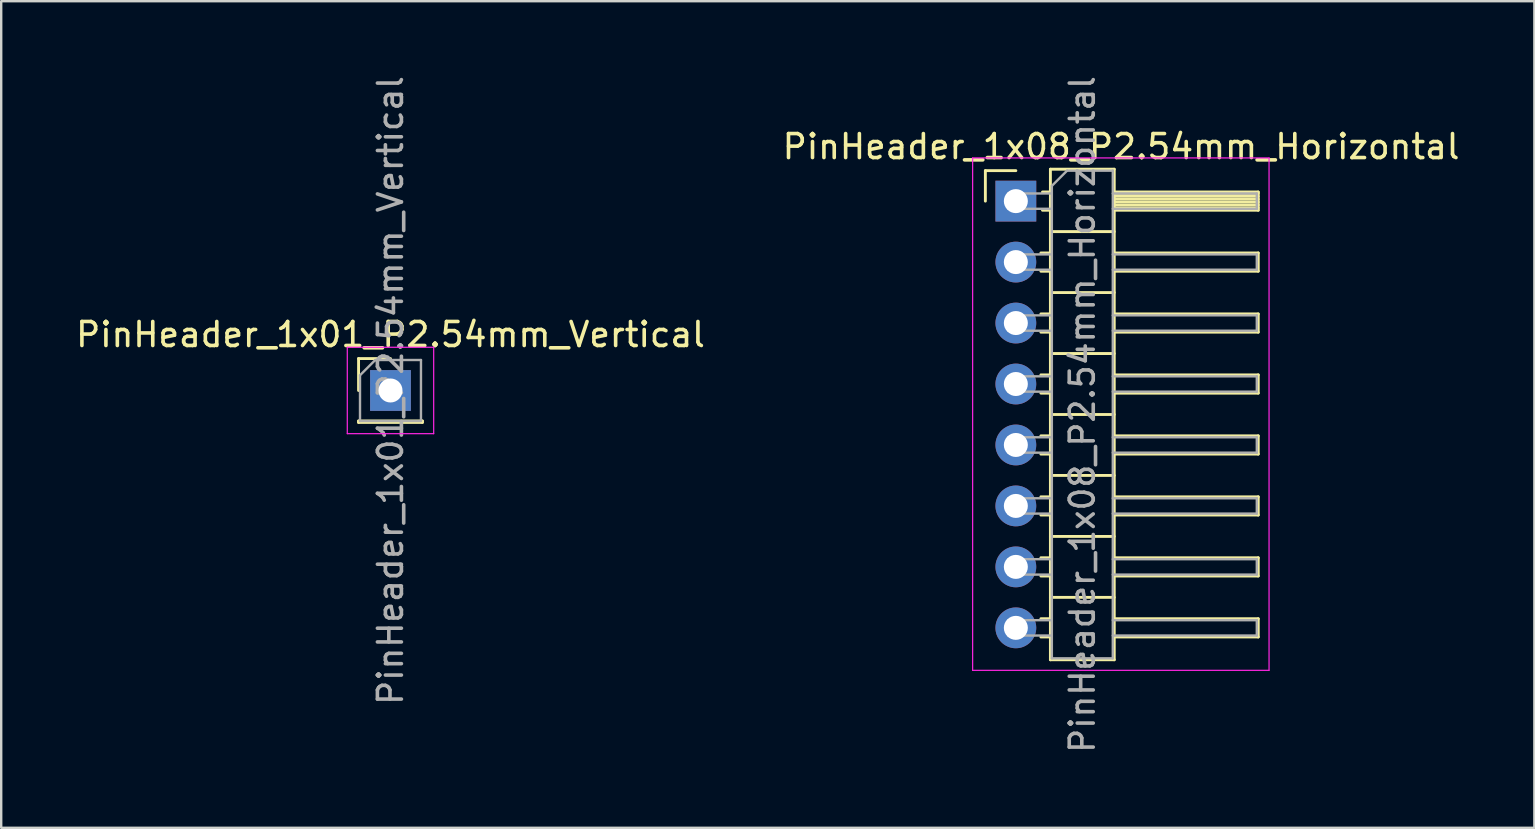
<source format=kicad_pcb>
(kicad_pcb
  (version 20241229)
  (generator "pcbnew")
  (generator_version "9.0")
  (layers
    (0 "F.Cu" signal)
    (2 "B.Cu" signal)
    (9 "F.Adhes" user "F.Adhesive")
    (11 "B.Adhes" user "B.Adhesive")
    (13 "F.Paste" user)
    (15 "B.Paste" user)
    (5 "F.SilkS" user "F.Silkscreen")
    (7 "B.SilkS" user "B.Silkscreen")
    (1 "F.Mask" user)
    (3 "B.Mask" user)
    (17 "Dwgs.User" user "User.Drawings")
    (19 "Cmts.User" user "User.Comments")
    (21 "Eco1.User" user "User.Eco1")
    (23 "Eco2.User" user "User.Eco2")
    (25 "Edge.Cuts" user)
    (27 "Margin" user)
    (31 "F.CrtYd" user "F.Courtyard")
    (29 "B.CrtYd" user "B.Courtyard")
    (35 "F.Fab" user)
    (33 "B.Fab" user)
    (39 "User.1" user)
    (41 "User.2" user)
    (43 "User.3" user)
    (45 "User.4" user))
  (footprint "PinHeader_1x01_P2.54mm_Vertical"
    (layer "F.Cu")
    (at 13.22 13.22)
    (property "Reference" "PinHeader_1x01_P2.54mm_Vertical" (at 0 -2.33 0) (layer "F.SilkS") (effects (font (size 1 1) (thickness 0.15))))
    (attr through_hole)
    (fp_line (start -1.33 -1.33) (end 0 -1.33) (stroke (width 0.12) (type solid)) (layer "F.SilkS"))
    (fp_line (start -1.33 0) (end -1.33 -1.33) (stroke (width 0.12) (type solid)) (layer "F.SilkS"))
    (fp_line (start -1.33 1.27) (end -1.33 1.33) (stroke (width 0.12) (type solid)) (layer "F.SilkS"))
    (fp_line (start -1.33 1.27) (end 1.33 1.27) (stroke (width 0.12) (type solid)) (layer "F.SilkS"))
    (fp_line (start -1.33 1.33) (end 1.33 1.33) (stroke (width 0.12) (type solid)) (layer "F.SilkS"))
    (fp_line (start 1.33 1.27) (end 1.33 1.33) (stroke (width 0.12) (type solid)) (layer "F.SilkS"))
    (fp_line (start -1.8 -1.8) (end -1.8 1.8) (stroke (width 0.05) (type solid)) (layer "F.CrtYd"))
    (fp_line (start -1.8 1.8) (end 1.8 1.8) (stroke (width 0.05) (type solid)) (layer "F.CrtYd"))
    (fp_line (start 1.8 -1.8) (end -1.8 -1.8) (stroke (width 0.05) (type solid)) (layer "F.CrtYd"))
    (fp_line (start 1.8 1.8) (end 1.8 -1.8) (stroke (width 0.05) (type solid)) (layer "F.CrtYd"))
    (fp_line (start -1.27 -0.635) (end -0.635 -1.27) (stroke (width 0.1) (type solid)) (layer "F.Fab"))
    (fp_line (start -1.27 1.27) (end -1.27 -0.635) (stroke (width 0.1) (type solid)) (layer "F.Fab"))
    (fp_line (start -0.635 -1.27) (end 1.27 -1.27) (stroke (width 0.1) (type solid)) (layer "F.Fab"))
    (fp_line (start 1.27 -1.27) (end 1.27 1.27) (stroke (width 0.1) (type solid)) (layer "F.Fab"))
    (fp_line (start 1.27 1.27) (end -1.27 1.27) (stroke (width 0.1) (type solid)) (layer "F.Fab"))
    (fp_text user "${REFERENCE}" (at 0 0 90) (layer "F.Fab") (effects (font (size 1 1) (thickness 0.15))))
    (pad "1" thru_hole rect (at 0 0) (size 1.7 1.7) (drill 1) (layers "*.Cu" "*.Mask")))
  (footprint "PinHeader_1x08_P2.54mm_Horizontal"
    (layer "F.Cu")
    (at 39.276 5.33)
    (property "Reference" "PinHeader_1x08_P2.54mm_Horizontal" (at 4.385 -2.27 0) (layer "F.SilkS") (effects (font (size 1 1) (thickness 0.15))))
    (attr through_hole)
    (fp_line (start -1.27 -1.27) (end 0 -1.27) (stroke (width 0.12) (type solid)) (layer "F.SilkS"))
    (fp_line (start -1.27 0) (end -1.27 -1.27) (stroke (width 0.12) (type solid)) (layer "F.SilkS"))
    (fp_line (start 1.043 2.16) (end 1.44 2.16) (stroke (width 0.12) (type solid)) (layer "F.SilkS"))
    (fp_line (start 1.043 2.92) (end 1.44 2.92) (stroke (width 0.12) (type solid)) (layer "F.SilkS"))
    (fp_line (start 1.043 4.7) (end 1.44 4.7) (stroke (width 0.12) (type solid)) (layer "F.SilkS"))
    (fp_line (start 1.043 5.46) (end 1.44 5.46) (stroke (width 0.12) (type solid)) (layer "F.SilkS"))
    (fp_line (start 1.043 7.24) (end 1.44 7.24) (stroke (width 0.12) (type solid)) (layer "F.SilkS"))
    (fp_line (start 1.043 8) (end 1.44 8) (stroke (width 0.12) (type solid)) (layer "F.SilkS"))
    (fp_line (start 1.043 9.78) (end 1.44 9.78) (stroke (width 0.12) (type solid)) (layer "F.SilkS"))
    (fp_line (start 1.043 10.54) (end 1.44 10.54) (stroke (width 0.12) (type solid)) (layer "F.SilkS"))
    (fp_line (start 1.043 12.32) (end 1.44 12.32) (stroke (width 0.12) (type solid)) (layer "F.SilkS"))
    (fp_line (start 1.043 13.08) (end 1.44 13.08) (stroke (width 0.12) (type solid)) (layer "F.SilkS"))
    (fp_line (start 1.043 14.86) (end 1.44 14.86) (stroke (width 0.12) (type solid)) (layer "F.SilkS"))
    (fp_line (start 1.043 15.62) (end 1.44 15.62) (stroke (width 0.12) (type solid)) (layer "F.SilkS"))
    (fp_line (start 1.043 17.4) (end 1.44 17.4) (stroke (width 0.12) (type solid)) (layer "F.SilkS"))
    (fp_line (start 1.043 18.16) (end 1.44 18.16) (stroke (width 0.12) (type solid)) (layer "F.SilkS"))
    (fp_line (start 1.11 -0.38) (end 1.44 -0.38) (stroke (width 0.12) (type solid)) (layer "F.SilkS"))
    (fp_line (start 1.11 0.38) (end 1.44 0.38) (stroke (width 0.12) (type solid)) (layer "F.SilkS"))
    (fp_line (start 1.44 -1.33) (end 1.44 19.11) (stroke (width 0.12) (type solid)) (layer "F.SilkS"))
    (fp_line (start 1.44 1.27) (end 4.1 1.27) (stroke (width 0.12) (type solid)) (layer "F.SilkS"))
    (fp_line (start 1.44 3.81) (end 4.1 3.81) (stroke (width 0.12) (type solid)) (layer "F.SilkS"))
    (fp_line (start 1.44 6.35) (end 4.1 6.35) (stroke (width 0.12) (type solid)) (layer "F.SilkS"))
    (fp_line (start 1.44 8.89) (end 4.1 8.89) (stroke (width 0.12) (type solid)) (layer "F.SilkS"))
    (fp_line (start 1.44 11.43) (end 4.1 11.43) (stroke (width 0.12) (type solid)) (layer "F.SilkS"))
    (fp_line (start 1.44 13.97) (end 4.1 13.97) (stroke (width 0.12) (type solid)) (layer "F.SilkS"))
    (fp_line (start 1.44 16.51) (end 4.1 16.51) (stroke (width 0.12) (type solid)) (layer "F.SilkS"))
    (fp_line (start 1.44 19.11) (end 4.1 19.11) (stroke (width 0.12) (type solid)) (layer "F.SilkS"))
    (fp_line (start 4.1 -1.33) (end 1.44 -1.33) (stroke (width 0.12) (type solid)) (layer "F.SilkS"))
    (fp_line (start 4.1 -0.38) (end 10.1 -0.38) (stroke (width 0.12) (type solid)) (layer "F.SilkS"))
    (fp_line (start 4.1 -0.32) (end 10.1 -0.32) (stroke (width 0.12) (type solid)) (layer "F.SilkS"))
    (fp_line (start 4.1 -0.2) (end 10.1 -0.2) (stroke (width 0.12) (type solid)) (layer "F.SilkS"))
    (fp_line (start 4.1 -0.08) (end 10.1 -0.08) (stroke (width 0.12) (type solid)) (layer "F.SilkS"))
    (fp_line (start 4.1 0.04) (end 10.1 0.04) (stroke (width 0.12) (type solid)) (layer "F.SilkS"))
    (fp_line (start 4.1 0.16) (end 10.1 0.16) (stroke (width 0.12) (type solid)) (layer "F.SilkS"))
    (fp_line (start 4.1 0.28) (end 10.1 0.28) (stroke (width 0.12) (type solid)) (layer "F.SilkS"))
    (fp_line (start 4.1 2.16) (end 10.1 2.16) (stroke (width 0.12) (type solid)) (layer "F.SilkS"))
    (fp_line (start 4.1 4.7) (end 10.1 4.7) (stroke (width 0.12) (type solid)) (layer "F.SilkS"))
    (fp_line (start 4.1 7.24) (end 10.1 7.24) (stroke (width 0.12) (type solid)) (layer "F.SilkS"))
    (fp_line (start 4.1 9.78) (end 10.1 9.78) (stroke (width 0.12) (type solid)) (layer "F.SilkS"))
    (fp_line (start 4.1 12.32) (end 10.1 12.32) (stroke (width 0.12) (type solid)) (layer "F.SilkS"))
    (fp_line (start 4.1 14.86) (end 10.1 14.86) (stroke (width 0.12) (type solid)) (layer "F.SilkS"))
    (fp_line (start 4.1 17.4) (end 10.1 17.4) (stroke (width 0.12) (type solid)) (layer "F.SilkS"))
    (fp_line (start 4.1 19.11) (end 4.1 -1.33) (stroke (width 0.12) (type solid)) (layer "F.SilkS"))
    (fp_line (start 10.1 -0.38) (end 10.1 0.38) (stroke (width 0.12) (type solid)) (layer "F.SilkS"))
    (fp_line (start 10.1 0.38) (end 4.1 0.38) (stroke (width 0.12) (type solid)) (layer "F.SilkS"))
    (fp_line (start 10.1 2.16) (end 10.1 2.92) (stroke (width 0.12) (type solid)) (layer "F.SilkS"))
    (fp_line (start 10.1 2.92) (end 4.1 2.92) (stroke (width 0.12) (type solid)) (layer "F.SilkS"))
    (fp_line (start 10.1 4.7) (end 10.1 5.46) (stroke (width 0.12) (type solid)) (layer "F.SilkS"))
    (fp_line (start 10.1 5.46) (end 4.1 5.46) (stroke (width 0.12) (type solid)) (layer "F.SilkS"))
    (fp_line (start 10.1 7.24) (end 10.1 8) (stroke (width 0.12) (type solid)) (layer "F.SilkS"))
    (fp_line (start 10.1 8) (end 4.1 8) (stroke (width 0.12) (type solid)) (layer "F.SilkS"))
    (fp_line (start 10.1 9.78) (end 10.1 10.54) (stroke (width 0.12) (type solid)) (layer "F.SilkS"))
    (fp_line (start 10.1 10.54) (end 4.1 10.54) (stroke (width 0.12) (type solid)) (layer "F.SilkS"))
    (fp_line (start 10.1 12.32) (end 10.1 13.08) (stroke (width 0.12) (type solid)) (layer "F.SilkS"))
    (fp_line (start 10.1 13.08) (end 4.1 13.08) (stroke (width 0.12) (type solid)) (layer "F.SilkS"))
    (fp_line (start 10.1 14.86) (end 10.1 15.62) (stroke (width 0.12) (type solid)) (layer "F.SilkS"))
    (fp_line (start 10.1 15.62) (end 4.1 15.62) (stroke (width 0.12) (type solid)) (layer "F.SilkS"))
    (fp_line (start 10.1 17.4) (end 10.1 18.16) (stroke (width 0.12) (type solid)) (layer "F.SilkS"))
    (fp_line (start 10.1 18.16) (end 4.1 18.16) (stroke (width 0.12) (type solid)) (layer "F.SilkS"))
    (fp_line (start -1.8 -1.8) (end -1.8 19.55) (stroke (width 0.05) (type solid)) (layer "F.CrtYd"))
    (fp_line (start -1.8 19.55) (end 10.55 19.55) (stroke (width 0.05) (type solid)) (layer "F.CrtYd"))
    (fp_line (start 10.55 -1.8) (end -1.8 -1.8) (stroke (width 0.05) (type solid)) (layer "F.CrtYd"))
    (fp_line (start 10.55 19.55) (end 10.55 -1.8) (stroke (width 0.05) (type solid)) (layer "F.CrtYd"))
    (fp_line (start -0.32 -0.32) (end -0.32 0.32) (stroke (width 0.1) (type solid)) (layer "F.Fab"))
    (fp_line (start -0.32 -0.32) (end 1.5 -0.32) (stroke (width 0.1) (type solid)) (layer "F.Fab"))
    (fp_line (start -0.32 0.32) (end 1.5 0.32) (stroke (width 0.1) (type solid)) (layer "F.Fab"))
    (fp_line (start -0.32 2.22) (end -0.32 2.86) (stroke (width 0.1) (type solid)) (layer "F.Fab"))
    (fp_line (start -0.32 2.22) (end 1.5 2.22) (stroke (width 0.1) (type solid)) (layer "F.Fab"))
    (fp_line (start -0.32 2.86) (end 1.5 2.86) (stroke (width 0.1) (type solid)) (layer "F.Fab"))
    (fp_line (start -0.32 4.76) (end -0.32 5.4) (stroke (width 0.1) (type solid)) (layer "F.Fab"))
    (fp_line (start -0.32 4.76) (end 1.5 4.76) (stroke (width 0.1) (type solid)) (layer "F.Fab"))
    (fp_line (start -0.32 5.4) (end 1.5 5.4) (stroke (width 0.1) (type solid)) (layer "F.Fab"))
    (fp_line (start -0.32 7.3) (end -0.32 7.94) (stroke (width 0.1) (type solid)) (layer "F.Fab"))
    (fp_line (start -0.32 7.3) (end 1.5 7.3) (stroke (width 0.1) (type solid)) (layer "F.Fab"))
    (fp_line (start -0.32 7.94) (end 1.5 7.94) (stroke (width 0.1) (type solid)) (layer "F.Fab"))
    (fp_line (start -0.32 9.84) (end -0.32 10.48) (stroke (width 0.1) (type solid)) (layer "F.Fab"))
    (fp_line (start -0.32 9.84) (end 1.5 9.84) (stroke (width 0.1) (type solid)) (layer "F.Fab"))
    (fp_line (start -0.32 10.48) (end 1.5 10.48) (stroke (width 0.1) (type solid)) (layer "F.Fab"))
    (fp_line (start -0.32 12.38) (end -0.32 13.02) (stroke (width 0.1) (type solid)) (layer "F.Fab"))
    (fp_line (start -0.32 12.38) (end 1.5 12.38) (stroke (width 0.1) (type solid)) (layer "F.Fab"))
    (fp_line (start -0.32 13.02) (end 1.5 13.02) (stroke (width 0.1) (type solid)) (layer "F.Fab"))
    (fp_line (start -0.32 14.92) (end -0.32 15.56) (stroke (width 0.1) (type solid)) (layer "F.Fab"))
    (fp_line (start -0.32 14.92) (end 1.5 14.92) (stroke (width 0.1) (type solid)) (layer "F.Fab"))
    (fp_line (start -0.32 15.56) (end 1.5 15.56) (stroke (width 0.1) (type solid)) (layer "F.Fab"))
    (fp_line (start -0.32 17.46) (end -0.32 18.1) (stroke (width 0.1) (type solid)) (layer "F.Fab"))
    (fp_line (start -0.32 17.46) (end 1.5 17.46) (stroke (width 0.1) (type solid)) (layer "F.Fab"))
    (fp_line (start -0.32 18.1) (end 1.5 18.1) (stroke (width 0.1) (type solid)) (layer "F.Fab"))
    (fp_line (start 1.5 -0.635) (end 2.135 -1.27) (stroke (width 0.1) (type solid)) (layer "F.Fab"))
    (fp_line (start 1.5 19.05) (end 1.5 -0.635) (stroke (width 0.1) (type solid)) (layer "F.Fab"))
    (fp_line (start 2.135 -1.27) (end 4.04 -1.27) (stroke (width 0.1) (type solid)) (layer "F.Fab"))
    (fp_line (start 4.04 -1.27) (end 4.04 19.05) (stroke (width 0.1) (type solid)) (layer "F.Fab"))
    (fp_line (start 4.04 -0.32) (end 10.04 -0.32) (stroke (width 0.1) (type solid)) (layer "F.Fab"))
    (fp_line (start 4.04 0.32) (end 10.04 0.32) (stroke (width 0.1) (type solid)) (layer "F.Fab"))
    (fp_line (start 4.04 2.22) (end 10.04 2.22) (stroke (width 0.1) (type solid)) (layer "F.Fab"))
    (fp_line (start 4.04 2.86) (end 10.04 2.86) (stroke (width 0.1) (type solid)) (layer "F.Fab"))
    (fp_line (start 4.04 4.76) (end 10.04 4.76) (stroke (width 0.1) (type solid)) (layer "F.Fab"))
    (fp_line (start 4.04 5.4) (end 10.04 5.4) (stroke (width 0.1) (type solid)) (layer "F.Fab"))
    (fp_line (start 4.04 7.3) (end 10.04 7.3) (stroke (width 0.1) (type solid)) (layer "F.Fab"))
    (fp_line (start 4.04 7.94) (end 10.04 7.94) (stroke (width 0.1) (type solid)) (layer "F.Fab"))
    (fp_line (start 4.04 9.84) (end 10.04 9.84) (stroke (width 0.1) (type solid)) (layer "F.Fab"))
    (fp_line (start 4.04 10.48) (end 10.04 10.48) (stroke (width 0.1) (type solid)) (layer "F.Fab"))
    (fp_line (start 4.04 12.38) (end 10.04 12.38) (stroke (width 0.1) (type solid)) (layer "F.Fab"))
    (fp_line (start 4.04 13.02) (end 10.04 13.02) (stroke (width 0.1) (type solid)) (layer "F.Fab"))
    (fp_line (start 4.04 14.92) (end 10.04 14.92) (stroke (width 0.1) (type solid)) (layer "F.Fab"))
    (fp_line (start 4.04 15.56) (end 10.04 15.56) (stroke (width 0.1) (type solid)) (layer "F.Fab"))
    (fp_line (start 4.04 17.46) (end 10.04 17.46) (stroke (width 0.1) (type solid)) (layer "F.Fab"))
    (fp_line (start 4.04 18.1) (end 10.04 18.1) (stroke (width 0.1) (type solid)) (layer "F.Fab"))
    (fp_line (start 4.04 19.05) (end 1.5 19.05) (stroke (width 0.1) (type solid)) (layer "F.Fab"))
    (fp_line (start 10.04 -0.32) (end 10.04 0.32) (stroke (width 0.1) (type solid)) (layer "F.Fab"))
    (fp_line (start 10.04 2.22) (end 10.04 2.86) (stroke (width 0.1) (type solid)) (layer "F.Fab"))
    (fp_line (start 10.04 4.76) (end 10.04 5.4) (stroke (width 0.1) (type solid)) (layer "F.Fab"))
    (fp_line (start 10.04 7.3) (end 10.04 7.94) (stroke (width 0.1) (type solid)) (layer "F.Fab"))
    (fp_line (start 10.04 9.84) (end 10.04 10.48) (stroke (width 0.1) (type solid)) (layer "F.Fab"))
    (fp_line (start 10.04 12.38) (end 10.04 13.02) (stroke (width 0.1) (type solid)) (layer "F.Fab"))
    (fp_line (start 10.04 14.92) (end 10.04 15.56) (stroke (width 0.1) (type solid)) (layer "F.Fab"))
    (fp_line (start 10.04 17.46) (end 10.04 18.1) (stroke (width 0.1) (type solid)) (layer "F.Fab"))
    (fp_text user "${REFERENCE}" (at 2.77 8.89 90) (layer "F.Fab") (effects (font (size 1 1) (thickness 0.15))))
    (pad "1" thru_hole rect (at 0 0) (size 1.7 1.7) (drill 1) (layers "*.Cu" "*.Mask"))
    (pad "2" thru_hole oval (at 0 2.54) (size 1.7 1.7) (drill 1) (layers "*.Cu" "*.Mask"))
    (pad "3" thru_hole oval (at 0 5.08) (size 1.7 1.7) (drill 1) (layers "*.Cu" "*.Mask"))
    (pad "4" thru_hole oval (at 0 7.62) (size 1.7 1.7) (drill 1) (layers "*.Cu" "*.Mask"))
    (pad "5" thru_hole oval (at 0 10.16) (size 1.7 1.7) (drill 1) (layers "*.Cu" "*.Mask"))
    (pad "6" thru_hole oval (at 0 12.7) (size 1.7 1.7) (drill 1) (layers "*.Cu" "*.Mask"))
    (pad "7" thru_hole oval (at 0 15.24) (size 1.7 1.7) (drill 1) (layers "*.Cu" "*.Mask"))
    (pad "8" thru_hole oval (at 0 17.78) (size 1.7 1.7) (drill 1) (layers "*.Cu" "*.Mask")))
  (gr_rect
    (start -3 -3)
    (end 60.881 31.44)
    (stroke (width 0.1) (type default))
    (fill no)
    (layer "Edge.Cuts")))
</source>
